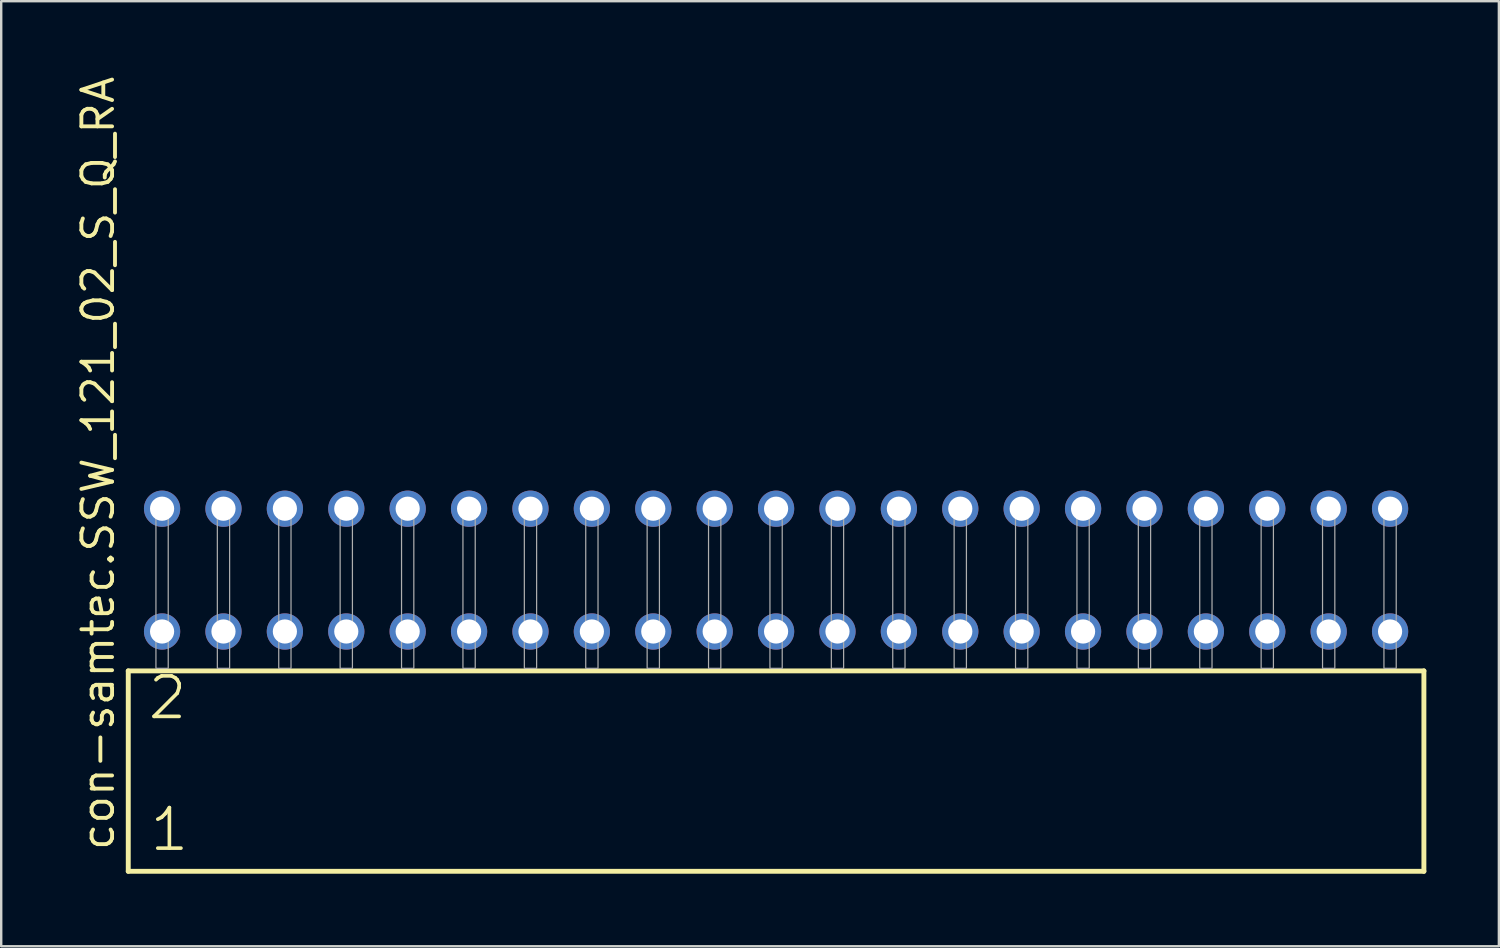
<source format=kicad_pcb>
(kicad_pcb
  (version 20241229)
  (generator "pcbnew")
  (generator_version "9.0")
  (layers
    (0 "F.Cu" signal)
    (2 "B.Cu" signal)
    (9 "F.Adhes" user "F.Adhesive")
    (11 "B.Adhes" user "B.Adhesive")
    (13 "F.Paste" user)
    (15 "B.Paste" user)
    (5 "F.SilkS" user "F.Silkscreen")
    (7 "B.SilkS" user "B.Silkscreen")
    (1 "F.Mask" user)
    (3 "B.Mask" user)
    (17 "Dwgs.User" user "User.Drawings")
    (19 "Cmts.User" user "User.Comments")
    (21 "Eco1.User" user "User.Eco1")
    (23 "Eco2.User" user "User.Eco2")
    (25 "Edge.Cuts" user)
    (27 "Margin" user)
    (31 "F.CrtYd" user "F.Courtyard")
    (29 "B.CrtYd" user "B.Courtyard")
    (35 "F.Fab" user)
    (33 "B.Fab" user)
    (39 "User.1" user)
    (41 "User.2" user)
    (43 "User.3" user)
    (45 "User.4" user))
  (footprint "con-samtec.SSW_121_02_S_Q_RA"
    (layer "F.Cu")
    (at 29.055 24.598)
    (property "Reference" "con-samtec.SSW_121_02_S_Q_RA" (at -27.305 7.62 90) (layer "F.SilkS") (effects (font (size 1.27 1.27) (thickness 0.16)) (justify left bottom)))
    (attr through_hole)
    (fp_line (start -26.799 0.106) (end -26.799 8.396) (stroke (width 0.203) (type default)) (layer "F.SilkS"))
    (fp_line (start -26.799 8.396) (end 26.799 8.396) (stroke (width 0.203) (type default)) (layer "F.SilkS"))
    (fp_line (start 26.799 0.106) (end -26.799 0.106) (stroke (width 0.203) (type default)) (layer "F.SilkS"))
    (fp_line (start 26.799 8.396) (end 26.799 0.106) (stroke (width 0.203) (type default)) (layer "F.SilkS"))
    (fp_rect (start -25.654 0) (end -25.146 -6.858) (stroke (width 0.05) (type default)) (fill no) (layer "F.Fab"))
    (fp_rect (start -23.114 0) (end -22.606 -6.858) (stroke (width 0.05) (type default)) (fill no) (layer "F.Fab"))
    (fp_rect (start -20.574 0) (end -20.066 -6.858) (stroke (width 0.05) (type default)) (fill no) (layer "F.Fab"))
    (fp_rect (start -18.034 0) (end -17.526 -6.858) (stroke (width 0.05) (type default)) (fill no) (layer "F.Fab"))
    (fp_rect (start -15.494 0) (end -14.986 -6.858) (stroke (width 0.05) (type default)) (fill no) (layer "F.Fab"))
    (fp_rect (start -12.954 0) (end -12.446 -6.858) (stroke (width 0.05) (type default)) (fill no) (layer "F.Fab"))
    (fp_rect (start -10.414 0) (end -9.906 -6.858) (stroke (width 0.05) (type default)) (fill no) (layer "F.Fab"))
    (fp_rect (start -7.874 0) (end -7.366 -6.858) (stroke (width 0.05) (type default)) (fill no) (layer "F.Fab"))
    (fp_rect (start -5.334 0) (end -4.826 -6.858) (stroke (width 0.05) (type default)) (fill no) (layer "F.Fab"))
    (fp_rect (start -2.794 0) (end -2.286 -6.858) (stroke (width 0.05) (type default)) (fill no) (layer "F.Fab"))
    (fp_rect (start -0.254 0) (end 0.254 -6.858) (stroke (width 0.05) (type default)) (fill no) (layer "F.Fab"))
    (fp_rect (start 2.286 0) (end 2.794 -6.858) (stroke (width 0.05) (type default)) (fill no) (layer "F.Fab"))
    (fp_rect (start 4.826 0) (end 5.334 -6.858) (stroke (width 0.05) (type default)) (fill no) (layer "F.Fab"))
    (fp_rect (start 7.366 0) (end 7.874 -6.858) (stroke (width 0.05) (type default)) (fill no) (layer "F.Fab"))
    (fp_rect (start 9.906 0) (end 10.414 -6.858) (stroke (width 0.05) (type default)) (fill no) (layer "F.Fab"))
    (fp_rect (start 12.446 0) (end 12.954 -6.858) (stroke (width 0.05) (type default)) (fill no) (layer "F.Fab"))
    (fp_rect (start 14.986 0) (end 15.494 -6.858) (stroke (width 0.05) (type default)) (fill no) (layer "F.Fab"))
    (fp_rect (start 17.526 0) (end 18.034 -6.858) (stroke (width 0.05) (type default)) (fill no) (layer "F.Fab"))
    (fp_rect (start 20.066 0) (end 20.574 -6.858) (stroke (width 0.05) (type default)) (fill no) (layer "F.Fab"))
    (fp_rect (start 22.606 0) (end 23.114 -6.858) (stroke (width 0.05) (type default)) (fill no) (layer "F.Fab"))
    (fp_rect (start 25.146 0) (end 25.654 -6.858) (stroke (width 0.05) (type default)) (fill no) (layer "F.Fab"))
    (fp_text user "2" (at -26.07 2.2 0) (layer "F.SilkS") (effects (font (size 1.676 1.676) (thickness 0.15)) (justify left bottom)))
    (fp_text user "1" (at -25.995 7.65 0) (layer "F.SilkS") (effects (font (size 1.676 1.676) (thickness 0.15)) (justify left bottom)))
    (pad "1" thru_hole circle (at -25.4 -1.524) (size 1.5 1.5) (drill 1) (layers "*.Cu" "*.Mask"))
    (pad "2" thru_hole circle (at -25.4 -6.604) (size 1.5 1.5) (drill 1) (layers "*.Cu" "*.Mask"))
    (pad "3" thru_hole circle (at -22.86 -1.524) (size 1.5 1.5) (drill 1) (layers "*.Cu" "*.Mask"))
    (pad "4" thru_hole circle (at -22.86 -6.604) (size 1.5 1.5) (drill 1) (layers "*.Cu" "*.Mask"))
    (pad "5" thru_hole circle (at -20.32 -1.524) (size 1.5 1.5) (drill 1) (layers "*.Cu" "*.Mask"))
    (pad "6" thru_hole circle (at -20.32 -6.604) (size 1.5 1.5) (drill 1) (layers "*.Cu" "*.Mask"))
    (pad "7" thru_hole circle (at -17.78 -1.524) (size 1.5 1.5) (drill 1) (layers "*.Cu" "*.Mask"))
    (pad "8" thru_hole circle (at -17.78 -6.604) (size 1.5 1.5) (drill 1) (layers "*.Cu" "*.Mask"))
    (pad "9" thru_hole circle (at -15.24 -1.524) (size 1.5 1.5) (drill 1) (layers "*.Cu" "*.Mask"))
    (pad "10" thru_hole circle (at -15.24 -6.604) (size 1.5 1.5) (drill 1) (layers "*.Cu" "*.Mask"))
    (pad "11" thru_hole circle (at -12.7 -1.524) (size 1.5 1.5) (drill 1) (layers "*.Cu" "*.Mask"))
    (pad "12" thru_hole circle (at -12.7 -6.604) (size 1.5 1.5) (drill 1) (layers "*.Cu" "*.Mask"))
    (pad "13" thru_hole circle (at -10.16 -1.524) (size 1.5 1.5) (drill 1) (layers "*.Cu" "*.Mask"))
    (pad "14" thru_hole circle (at -10.16 -6.604) (size 1.5 1.5) (drill 1) (layers "*.Cu" "*.Mask"))
    (pad "15" thru_hole circle (at -7.62 -1.524) (size 1.5 1.5) (drill 1) (layers "*.Cu" "*.Mask"))
    (pad "16" thru_hole circle (at -7.62 -6.604) (size 1.5 1.5) (drill 1) (layers "*.Cu" "*.Mask"))
    (pad "17" thru_hole circle (at -5.08 -1.524) (size 1.5 1.5) (drill 1) (layers "*.Cu" "*.Mask"))
    (pad "18" thru_hole circle (at -5.08 -6.604) (size 1.5 1.5) (drill 1) (layers "*.Cu" "*.Mask"))
    (pad "19" thru_hole circle (at -2.54 -1.524) (size 1.5 1.5) (drill 1) (layers "*.Cu" "*.Mask"))
    (pad "20" thru_hole circle (at -2.54 -6.604) (size 1.5 1.5) (drill 1) (layers "*.Cu" "*.Mask"))
    (pad "21" thru_hole circle (at 0 -1.524) (size 1.5 1.5) (drill 1) (layers "*.Cu" "*.Mask"))
    (pad "22" thru_hole circle (at 0 -6.604) (size 1.5 1.5) (drill 1) (layers "*.Cu" "*.Mask"))
    (pad "23" thru_hole circle (at 2.54 -1.524) (size 1.5 1.5) (drill 1) (layers "*.Cu" "*.Mask"))
    (pad "24" thru_hole circle (at 2.54 -6.604) (size 1.5 1.5) (drill 1) (layers "*.Cu" "*.Mask"))
    (pad "25" thru_hole circle (at 5.08 -1.524) (size 1.5 1.5) (drill 1) (layers "*.Cu" "*.Mask"))
    (pad "26" thru_hole circle (at 5.08 -6.604) (size 1.5 1.5) (drill 1) (layers "*.Cu" "*.Mask"))
    (pad "27" thru_hole circle (at 7.62 -1.524) (size 1.5 1.5) (drill 1) (layers "*.Cu" "*.Mask"))
    (pad "28" thru_hole circle (at 7.62 -6.604) (size 1.5 1.5) (drill 1) (layers "*.Cu" "*.Mask"))
    (pad "29" thru_hole circle (at 10.16 -1.524) (size 1.5 1.5) (drill 1) (layers "*.Cu" "*.Mask"))
    (pad "30" thru_hole circle (at 10.16 -6.604) (size 1.5 1.5) (drill 1) (layers "*.Cu" "*.Mask"))
    (pad "31" thru_hole circle (at 12.7 -1.524) (size 1.5 1.5) (drill 1) (layers "*.Cu" "*.Mask"))
    (pad "32" thru_hole circle (at 12.7 -6.604) (size 1.5 1.5) (drill 1) (layers "*.Cu" "*.Mask"))
    (pad "33" thru_hole circle (at 15.24 -1.524) (size 1.5 1.5) (drill 1) (layers "*.Cu" "*.Mask"))
    (pad "34" thru_hole circle (at 15.24 -6.604) (size 1.5 1.5) (drill 1) (layers "*.Cu" "*.Mask"))
    (pad "35" thru_hole circle (at 17.78 -1.524) (size 1.5 1.5) (drill 1) (layers "*.Cu" "*.Mask"))
    (pad "36" thru_hole circle (at 17.78 -6.604) (size 1.5 1.5) (drill 1) (layers "*.Cu" "*.Mask"))
    (pad "37" thru_hole circle (at 20.32 -1.524) (size 1.5 1.5) (drill 1) (layers "*.Cu" "*.Mask"))
    (pad "38" thru_hole circle (at 20.32 -6.604) (size 1.5 1.5) (drill 1) (layers "*.Cu" "*.Mask"))
    (pad "39" thru_hole circle (at 22.86 -1.524) (size 1.5 1.5) (drill 1) (layers "*.Cu" "*.Mask"))
    (pad "40" thru_hole circle (at 22.86 -6.604) (size 1.5 1.5) (drill 1) (layers "*.Cu" "*.Mask"))
    (pad "41" thru_hole circle (at 25.4 -1.524) (size 1.5 1.5) (drill 1) (layers "*.Cu" "*.Mask"))
    (pad "42" thru_hole circle (at 25.4 -6.604) (size 1.5 1.5) (drill 1) (layers "*.Cu" "*.Mask")))
  (gr_rect
    (start -3 -3)
    (end 58.956 36.096)
    (stroke (width 0.1) (type default))
    (fill no)
    (layer "Edge.Cuts")))
</source>
